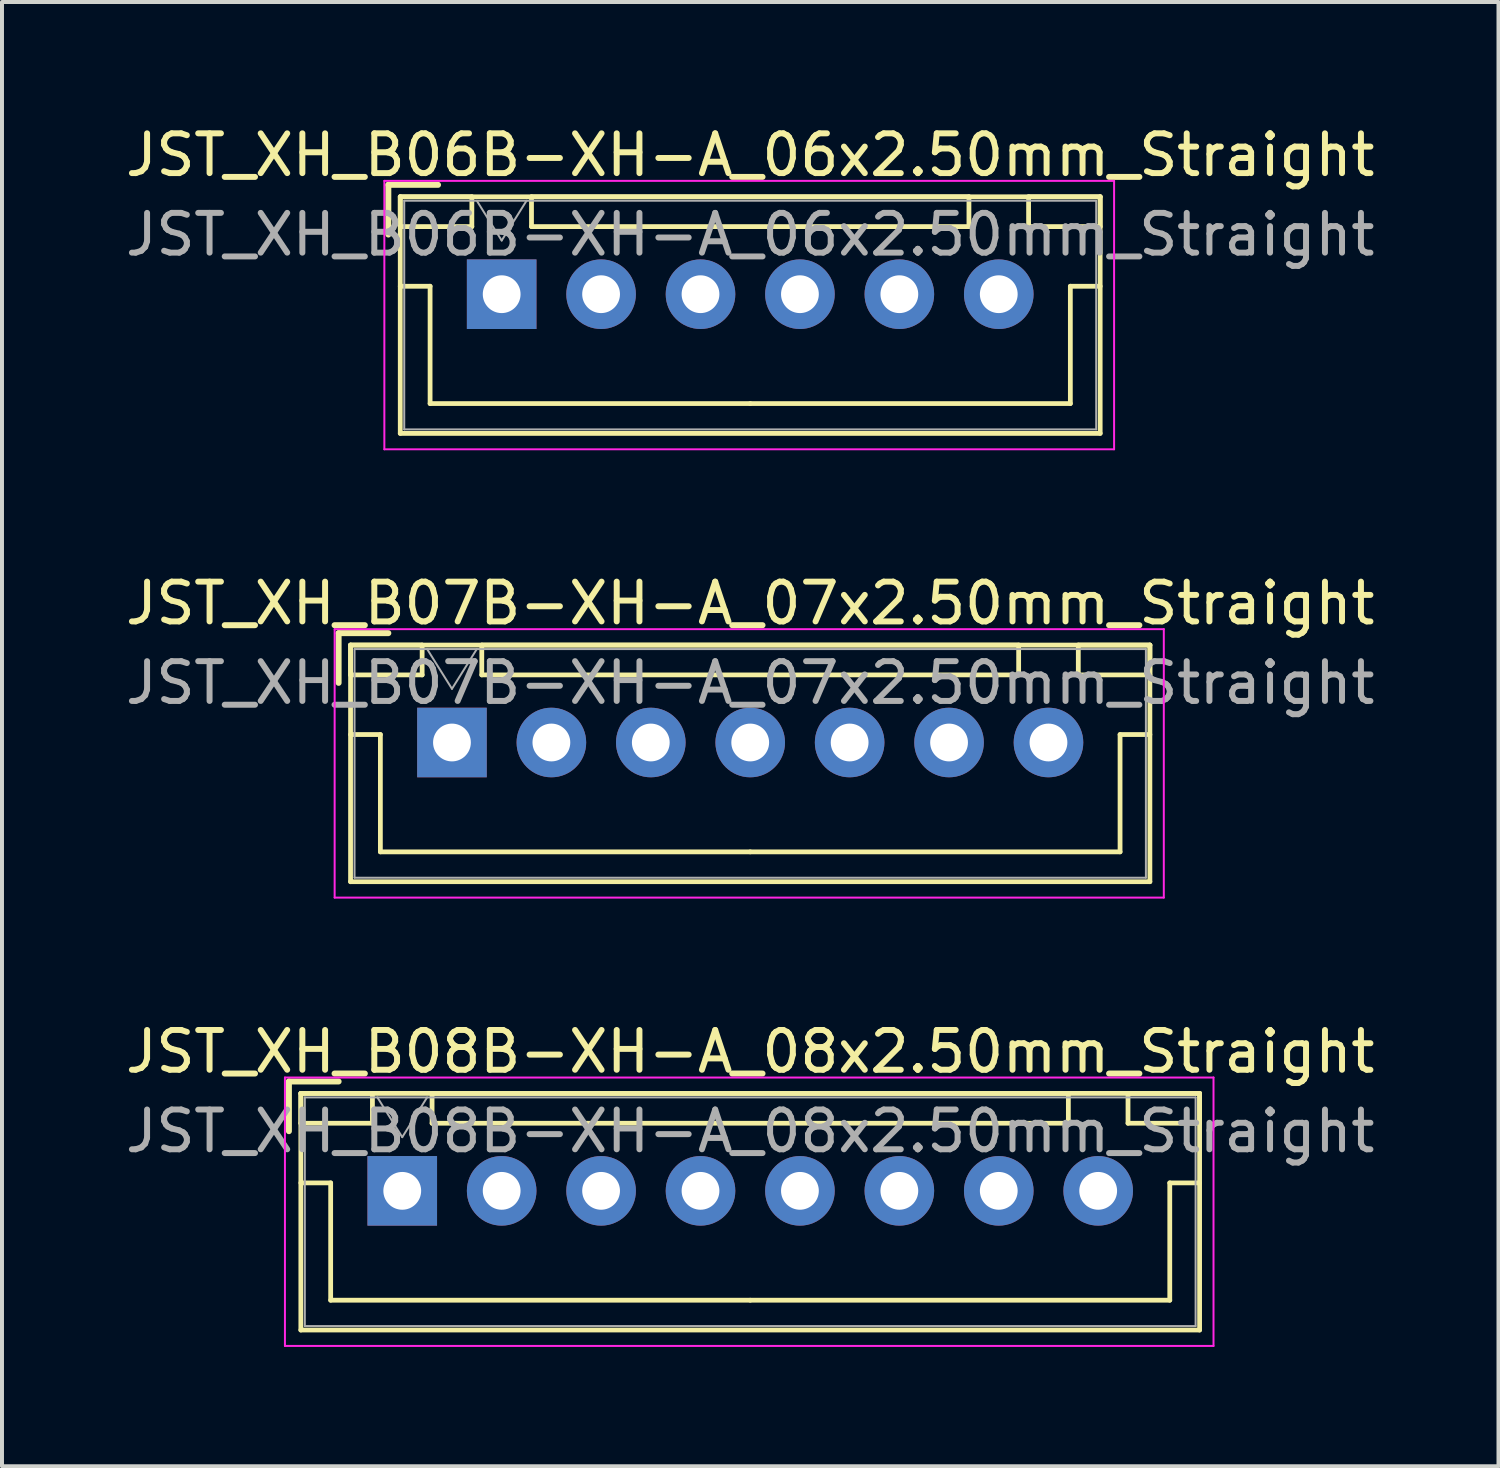
<source format=kicad_pcb>
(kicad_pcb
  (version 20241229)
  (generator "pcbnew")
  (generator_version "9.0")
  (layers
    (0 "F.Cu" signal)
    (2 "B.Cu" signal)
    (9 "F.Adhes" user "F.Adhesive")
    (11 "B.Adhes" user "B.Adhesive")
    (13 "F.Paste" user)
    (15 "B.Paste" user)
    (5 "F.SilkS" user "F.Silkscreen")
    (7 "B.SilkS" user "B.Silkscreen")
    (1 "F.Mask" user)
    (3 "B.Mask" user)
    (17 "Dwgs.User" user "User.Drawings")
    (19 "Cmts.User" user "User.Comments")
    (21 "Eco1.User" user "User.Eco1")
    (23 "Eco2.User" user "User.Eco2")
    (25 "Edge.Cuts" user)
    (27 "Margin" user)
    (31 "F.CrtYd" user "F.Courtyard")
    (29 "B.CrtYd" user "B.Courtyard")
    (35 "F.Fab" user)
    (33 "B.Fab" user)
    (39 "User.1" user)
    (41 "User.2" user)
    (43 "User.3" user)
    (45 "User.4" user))
  (footprint "JST_XH_B07B-XH-A_07x2.50mm_Straight"
    (layer "F.Cu")
    (at 8.315 15.621)
    (property "Reference" "JST_XH_B07B-XH-A_07x2.50mm_Straight" (at 7.5 -1.5 0) (layer "F.Fab") (effects (font (size 1 1) (thickness 0.15))))
    (attr through_hole)
    (fp_line (start -2.85 -2.75) (end -2.85 -1.5) (stroke (width 0.15) (type solid)) (layer "F.SilkS"))
    (fp_line (start -2.55 -2.45) (end -2.55 -1.7) (stroke (width 0.12) (type solid)) (layer "F.SilkS"))
    (fp_line (start -2.55 -2.45) (end -2.55 3.5) (stroke (width 0.12) (type solid)) (layer "F.SilkS"))
    (fp_line (start -2.55 -1.7) (end -0.75 -1.7) (stroke (width 0.12) (type solid)) (layer "F.SilkS"))
    (fp_line (start -2.55 -0.2) (end -1.8 -0.2) (stroke (width 0.12) (type solid)) (layer "F.SilkS"))
    (fp_line (start -2.55 3.5) (end 17.55 3.5) (stroke (width 0.12) (type solid)) (layer "F.SilkS"))
    (fp_line (start -1.8 -0.2) (end -1.8 2.75) (stroke (width 0.12) (type solid)) (layer "F.SilkS"))
    (fp_line (start -1.8 2.75) (end 7.5 2.75) (stroke (width 0.12) (type solid)) (layer "F.SilkS"))
    (fp_line (start -1.6 -2.75) (end -2.85 -2.75) (stroke (width 0.15) (type solid)) (layer "F.SilkS"))
    (fp_line (start -0.75 -2.45) (end -2.55 -2.45) (stroke (width 0.12) (type solid)) (layer "F.SilkS"))
    (fp_line (start -0.75 -1.7) (end -0.75 -2.45) (stroke (width 0.12) (type solid)) (layer "F.SilkS"))
    (fp_line (start 0.75 -2.45) (end 0.75 -1.7) (stroke (width 0.12) (type solid)) (layer "F.SilkS"))
    (fp_line (start 0.75 -1.7) (end 14.25 -1.7) (stroke (width 0.12) (type solid)) (layer "F.SilkS"))
    (fp_line (start 14.25 -2.45) (end 0.75 -2.45) (stroke (width 0.12) (type solid)) (layer "F.SilkS"))
    (fp_line (start 14.25 -1.7) (end 14.25 -2.45) (stroke (width 0.12) (type solid)) (layer "F.SilkS"))
    (fp_line (start 15.75 -2.45) (end 15.75 -1.7) (stroke (width 0.12) (type solid)) (layer "F.SilkS"))
    (fp_line (start 15.75 -1.7) (end 17.55 -1.7) (stroke (width 0.12) (type solid)) (layer "F.SilkS"))
    (fp_line (start 16.8 -0.2) (end 16.8 2.75) (stroke (width 0.12) (type solid)) (layer "F.SilkS"))
    (fp_line (start 16.8 2.75) (end 7.5 2.75) (stroke (width 0.12) (type solid)) (layer "F.SilkS"))
    (fp_line (start 17.55 -2.45) (end -2.55 -2.45) (stroke (width 0.12) (type solid)) (layer "F.SilkS"))
    (fp_line (start 17.55 -2.45) (end 15.75 -2.45) (stroke (width 0.12) (type solid)) (layer "F.SilkS"))
    (fp_line (start 17.55 -1.7) (end 17.55 -2.45) (stroke (width 0.12) (type solid)) (layer "F.SilkS"))
    (fp_line (start 17.55 -0.2) (end 16.8 -0.2) (stroke (width 0.12) (type solid)) (layer "F.SilkS"))
    (fp_line (start 17.55 3.5) (end 17.55 -2.45) (stroke (width 0.12) (type solid)) (layer "F.SilkS"))
    (fp_line (start -2.95 -2.85) (end -2.95 3.9) (stroke (width 0.05) (type solid)) (layer "F.CrtYd"))
    (fp_line (start -2.95 3.9) (end 17.9 3.9) (stroke (width 0.05) (type solid)) (layer "F.CrtYd"))
    (fp_line (start 17.9 -2.85) (end -2.95 -2.85) (stroke (width 0.05) (type solid)) (layer "F.CrtYd"))
    (fp_line (start 17.9 3.9) (end 17.9 -2.85) (stroke (width 0.05) (type solid)) (layer "F.CrtYd"))
    (fp_line (start -2.45 -2.35) (end -2.45 3.4) (stroke (width 0.05) (type solid)) (layer "F.Fab"))
    (fp_line (start -2.45 3.4) (end 17.45 3.4) (stroke (width 0.05) (type solid)) (layer "F.Fab"))
    (fp_line (start -0.625 -2.35) (end 0 -1.35) (stroke (width 0.05) (type solid)) (layer "F.Fab"))
    (fp_line (start 0 -1.35) (end 0.625 -2.35) (stroke (width 0.05) (type solid)) (layer "F.Fab"))
    (fp_line (start 17.45 -2.35) (end -2.45 -2.35) (stroke (width 0.05) (type solid)) (layer "F.Fab"))
    (fp_line (start 17.45 3.4) (end 17.45 -2.35) (stroke (width 0.05) (type solid)) (layer "F.Fab"))
    (fp_text user "${REFERENCE}" (at 7.5 -3.5 0) (layer "F.SilkS") (effects (font (size 1 1) (thickness 0.15))))
    (pad "1" thru_hole rect (at 0 0) (size 1.75 1.75) (drill 0.95) (layers "*.Cu" "*.Mask"))
    (pad "2" thru_hole circle (at 2.5 0) (size 1.75 1.75) (drill 0.95) (layers "*.Cu" "*.Mask"))
    (pad "3" thru_hole circle (at 5 0) (size 1.75 1.75) (drill 0.95) (layers "*.Cu" "*.Mask"))
    (pad "4" thru_hole circle (at 7.5 0) (size 1.75 1.75) (drill 0.95) (layers "*.Cu" "*.Mask"))
    (pad "5" thru_hole circle (at 10 0) (size 1.75 1.75) (drill 0.95) (layers "*.Cu" "*.Mask"))
    (pad "6" thru_hole circle (at 12.5 0) (size 1.75 1.75) (drill 0.95) (layers "*.Cu" "*.Mask"))
    (pad "7" thru_hole circle (at 15 0) (size 1.75 1.75) (drill 0.95) (layers "*.Cu" "*.Mask")))
  (footprint "JST_XH_B06B-XH-A_06x2.50mm_Straight"
    (layer "F.Cu")
    (at 9.565 4.348)
    (property "Reference" "JST_XH_B06B-XH-A_06x2.50mm_Straight" (at 6.25 -1.5 0) (layer "F.Fab") (effects (font (size 1 1) (thickness 0.15))))
    (attr through_hole)
    (fp_line (start -2.85 -2.75) (end -2.85 -1.5) (stroke (width 0.15) (type solid)) (layer "F.SilkS"))
    (fp_line (start -2.55 -2.45) (end -2.55 -1.7) (stroke (width 0.12) (type solid)) (layer "F.SilkS"))
    (fp_line (start -2.55 -2.45) (end -2.55 3.5) (stroke (width 0.12) (type solid)) (layer "F.SilkS"))
    (fp_line (start -2.55 -1.7) (end -0.75 -1.7) (stroke (width 0.12) (type solid)) (layer "F.SilkS"))
    (fp_line (start -2.55 -0.2) (end -1.8 -0.2) (stroke (width 0.12) (type solid)) (layer "F.SilkS"))
    (fp_line (start -2.55 3.5) (end 15.05 3.5) (stroke (width 0.12) (type solid)) (layer "F.SilkS"))
    (fp_line (start -1.8 -0.2) (end -1.8 2.75) (stroke (width 0.12) (type solid)) (layer "F.SilkS"))
    (fp_line (start -1.8 2.75) (end 6.25 2.75) (stroke (width 0.12) (type solid)) (layer "F.SilkS"))
    (fp_line (start -1.6 -2.75) (end -2.85 -2.75) (stroke (width 0.15) (type solid)) (layer "F.SilkS"))
    (fp_line (start -0.75 -2.45) (end -2.55 -2.45) (stroke (width 0.12) (type solid)) (layer "F.SilkS"))
    (fp_line (start -0.75 -1.7) (end -0.75 -2.45) (stroke (width 0.12) (type solid)) (layer "F.SilkS"))
    (fp_line (start 0.75 -2.45) (end 0.75 -1.7) (stroke (width 0.12) (type solid)) (layer "F.SilkS"))
    (fp_line (start 0.75 -1.7) (end 11.75 -1.7) (stroke (width 0.12) (type solid)) (layer "F.SilkS"))
    (fp_line (start 11.75 -2.45) (end 0.75 -2.45) (stroke (width 0.12) (type solid)) (layer "F.SilkS"))
    (fp_line (start 11.75 -1.7) (end 11.75 -2.45) (stroke (width 0.12) (type solid)) (layer "F.SilkS"))
    (fp_line (start 13.25 -2.45) (end 13.25 -1.7) (stroke (width 0.12) (type solid)) (layer "F.SilkS"))
    (fp_line (start 13.25 -1.7) (end 15.05 -1.7) (stroke (width 0.12) (type solid)) (layer "F.SilkS"))
    (fp_line (start 14.3 -0.2) (end 14.3 2.75) (stroke (width 0.12) (type solid)) (layer "F.SilkS"))
    (fp_line (start 14.3 2.75) (end 6.25 2.75) (stroke (width 0.12) (type solid)) (layer "F.SilkS"))
    (fp_line (start 15.05 -2.45) (end -2.55 -2.45) (stroke (width 0.12) (type solid)) (layer "F.SilkS"))
    (fp_line (start 15.05 -2.45) (end 13.25 -2.45) (stroke (width 0.12) (type solid)) (layer "F.SilkS"))
    (fp_line (start 15.05 -1.7) (end 15.05 -2.45) (stroke (width 0.12) (type solid)) (layer "F.SilkS"))
    (fp_line (start 15.05 -0.2) (end 14.3 -0.2) (stroke (width 0.12) (type solid)) (layer "F.SilkS"))
    (fp_line (start 15.05 3.5) (end 15.05 -2.45) (stroke (width 0.12) (type solid)) (layer "F.SilkS"))
    (fp_line (start -2.95 -2.85) (end -2.95 3.9) (stroke (width 0.05) (type solid)) (layer "F.CrtYd"))
    (fp_line (start -2.95 3.9) (end 15.4 3.9) (stroke (width 0.05) (type solid)) (layer "F.CrtYd"))
    (fp_line (start 15.4 -2.85) (end -2.95 -2.85) (stroke (width 0.05) (type solid)) (layer "F.CrtYd"))
    (fp_line (start 15.4 3.9) (end 15.4 -2.85) (stroke (width 0.05) (type solid)) (layer "F.CrtYd"))
    (fp_line (start -2.45 -2.35) (end -2.45 3.4) (stroke (width 0.05) (type solid)) (layer "F.Fab"))
    (fp_line (start -2.45 3.4) (end 14.95 3.4) (stroke (width 0.05) (type solid)) (layer "F.Fab"))
    (fp_line (start -0.625 -2.35) (end 0 -1.35) (stroke (width 0.05) (type solid)) (layer "F.Fab"))
    (fp_line (start 0 -1.35) (end 0.625 -2.35) (stroke (width 0.05) (type solid)) (layer "F.Fab"))
    (fp_line (start 14.95 -2.35) (end -2.45 -2.35) (stroke (width 0.05) (type solid)) (layer "F.Fab"))
    (fp_line (start 14.95 3.4) (end 14.95 -2.35) (stroke (width 0.05) (type solid)) (layer "F.Fab"))
    (fp_text user "${REFERENCE}" (at 6.25 -3.5 0) (layer "F.SilkS") (effects (font (size 1 1) (thickness 0.15))))
    (pad "1" thru_hole rect (at 0 0) (size 1.75 1.75) (drill 0.95) (layers "*.Cu" "*.Mask"))
    (pad "2" thru_hole circle (at 2.5 0) (size 1.75 1.75) (drill 0.95) (layers "*.Cu" "*.Mask"))
    (pad "3" thru_hole circle (at 5 0) (size 1.75 1.75) (drill 0.95) (layers "*.Cu" "*.Mask"))
    (pad "4" thru_hole circle (at 7.5 0) (size 1.75 1.75) (drill 0.95) (layers "*.Cu" "*.Mask"))
    (pad "5" thru_hole circle (at 10 0) (size 1.75 1.75) (drill 0.95) (layers "*.Cu" "*.Mask"))
    (pad "6" thru_hole circle (at 12.5 0) (size 1.75 1.75) (drill 0.95) (layers "*.Cu" "*.Mask")))
  (footprint "JST_XH_B08B-XH-A_08x2.50mm_Straight"
    (layer "F.Cu")
    (at 7.065 26.895)
    (property "Reference" "JST_XH_B08B-XH-A_08x2.50mm_Straight" (at 8.75 -1.5 0) (layer "F.Fab") (effects (font (size 1 1) (thickness 0.15))))
    (attr through_hole)
    (fp_line (start -2.85 -2.75) (end -2.85 -1.5) (stroke (width 0.15) (type solid)) (layer "F.SilkS"))
    (fp_line (start -2.55 -2.45) (end -2.55 -1.7) (stroke (width 0.12) (type solid)) (layer "F.SilkS"))
    (fp_line (start -2.55 -2.45) (end -2.55 3.5) (stroke (width 0.12) (type solid)) (layer "F.SilkS"))
    (fp_line (start -2.55 -1.7) (end -0.75 -1.7) (stroke (width 0.12) (type solid)) (layer "F.SilkS"))
    (fp_line (start -2.55 -0.2) (end -1.8 -0.2) (stroke (width 0.12) (type solid)) (layer "F.SilkS"))
    (fp_line (start -2.55 3.5) (end 20.05 3.5) (stroke (width 0.12) (type solid)) (layer "F.SilkS"))
    (fp_line (start -1.8 -0.2) (end -1.8 2.75) (stroke (width 0.12) (type solid)) (layer "F.SilkS"))
    (fp_line (start -1.8 2.75) (end 8.75 2.75) (stroke (width 0.12) (type solid)) (layer "F.SilkS"))
    (fp_line (start -1.6 -2.75) (end -2.85 -2.75) (stroke (width 0.15) (type solid)) (layer "F.SilkS"))
    (fp_line (start -0.75 -2.45) (end -2.55 -2.45) (stroke (width 0.12) (type solid)) (layer "F.SilkS"))
    (fp_line (start -0.75 -1.7) (end -0.75 -2.45) (stroke (width 0.12) (type solid)) (layer "F.SilkS"))
    (fp_line (start 0.75 -2.45) (end 0.75 -1.7) (stroke (width 0.12) (type solid)) (layer "F.SilkS"))
    (fp_line (start 0.75 -1.7) (end 16.75 -1.7) (stroke (width 0.12) (type solid)) (layer "F.SilkS"))
    (fp_line (start 16.75 -2.45) (end 0.75 -2.45) (stroke (width 0.12) (type solid)) (layer "F.SilkS"))
    (fp_line (start 16.75 -1.7) (end 16.75 -2.45) (stroke (width 0.12) (type solid)) (layer "F.SilkS"))
    (fp_line (start 18.25 -2.45) (end 18.25 -1.7) (stroke (width 0.12) (type solid)) (layer "F.SilkS"))
    (fp_line (start 18.25 -1.7) (end 20.05 -1.7) (stroke (width 0.12) (type solid)) (layer "F.SilkS"))
    (fp_line (start 19.3 -0.2) (end 19.3 2.75) (stroke (width 0.12) (type solid)) (layer "F.SilkS"))
    (fp_line (start 19.3 2.75) (end 8.75 2.75) (stroke (width 0.12) (type solid)) (layer "F.SilkS"))
    (fp_line (start 20.05 -2.45) (end -2.55 -2.45) (stroke (width 0.12) (type solid)) (layer "F.SilkS"))
    (fp_line (start 20.05 -2.45) (end 18.25 -2.45) (stroke (width 0.12) (type solid)) (layer "F.SilkS"))
    (fp_line (start 20.05 -1.7) (end 20.05 -2.45) (stroke (width 0.12) (type solid)) (layer "F.SilkS"))
    (fp_line (start 20.05 -0.2) (end 19.3 -0.2) (stroke (width 0.12) (type solid)) (layer "F.SilkS"))
    (fp_line (start 20.05 3.5) (end 20.05 -2.45) (stroke (width 0.12) (type solid)) (layer "F.SilkS"))
    (fp_line (start -2.95 -2.85) (end -2.95 3.9) (stroke (width 0.05) (type solid)) (layer "F.CrtYd"))
    (fp_line (start -2.95 3.9) (end 20.4 3.9) (stroke (width 0.05) (type solid)) (layer "F.CrtYd"))
    (fp_line (start 20.4 -2.85) (end -2.95 -2.85) (stroke (width 0.05) (type solid)) (layer "F.CrtYd"))
    (fp_line (start 20.4 3.9) (end 20.4 -2.85) (stroke (width 0.05) (type solid)) (layer "F.CrtYd"))
    (fp_line (start -2.45 -2.35) (end -2.45 3.4) (stroke (width 0.05) (type solid)) (layer "F.Fab"))
    (fp_line (start -2.45 3.4) (end 19.95 3.4) (stroke (width 0.05) (type solid)) (layer "F.Fab"))
    (fp_line (start -0.625 -2.35) (end 0 -1.35) (stroke (width 0.05) (type solid)) (layer "F.Fab"))
    (fp_line (start 0 -1.35) (end 0.625 -2.35) (stroke (width 0.05) (type solid)) (layer "F.Fab"))
    (fp_line (start 19.95 -2.35) (end -2.45 -2.35) (stroke (width 0.05) (type solid)) (layer "F.Fab"))
    (fp_line (start 19.95 3.4) (end 19.95 -2.35) (stroke (width 0.05) (type solid)) (layer "F.Fab"))
    (fp_text user "${REFERENCE}" (at 8.75 -3.5 0) (layer "F.SilkS") (effects (font (size 1 1) (thickness 0.15))))
    (pad "1" thru_hole rect (at 0 0) (size 1.75 1.75) (drill 0.95) (layers "*.Cu" "*.Mask"))
    (pad "2" thru_hole circle (at 2.5 0) (size 1.75 1.75) (drill 0.95) (layers "*.Cu" "*.Mask"))
    (pad "3" thru_hole circle (at 5 0) (size 1.75 1.75) (drill 0.95) (layers "*.Cu" "*.Mask"))
    (pad "4" thru_hole circle (at 7.5 0) (size 1.75 1.75) (drill 0.95) (layers "*.Cu" "*.Mask"))
    (pad "5" thru_hole circle (at 10 0) (size 1.75 1.75) (drill 0.95) (layers "*.Cu" "*.Mask"))
    (pad "6" thru_hole circle (at 12.5 0) (size 1.75 1.75) (drill 0.95) (layers "*.Cu" "*.Mask"))
    (pad "7" thru_hole circle (at 15 0) (size 1.75 1.75) (drill 0.95) (layers "*.Cu" "*.Mask"))
    (pad "8" thru_hole circle (at 17.5 0) (size 1.75 1.75) (drill 0.95) (layers "*.Cu" "*.Mask")))
  (gr_rect
    (start -3 -3)
    (end 34.631 33.82)
    (stroke (width 0.1) (type default))
    (fill no)
    (layer "Edge.Cuts")))
</source>
